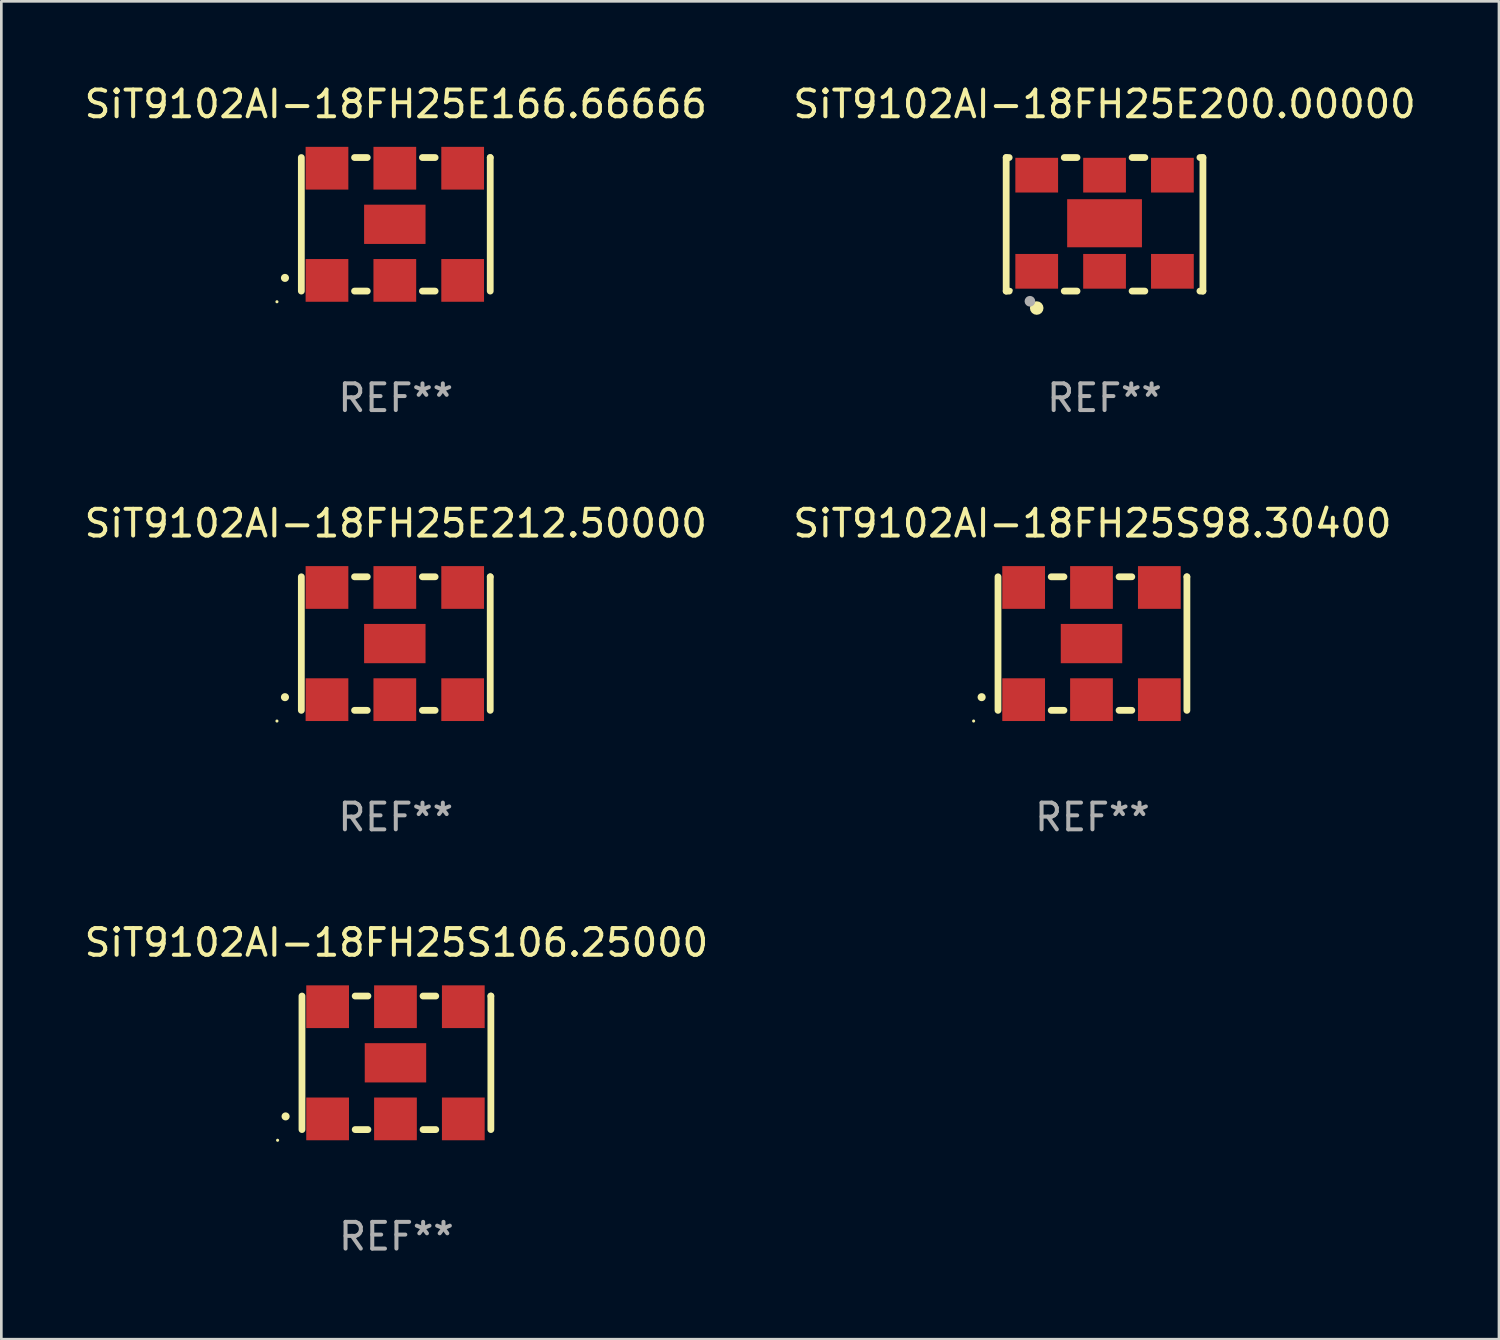
<source format=kicad_pcb>
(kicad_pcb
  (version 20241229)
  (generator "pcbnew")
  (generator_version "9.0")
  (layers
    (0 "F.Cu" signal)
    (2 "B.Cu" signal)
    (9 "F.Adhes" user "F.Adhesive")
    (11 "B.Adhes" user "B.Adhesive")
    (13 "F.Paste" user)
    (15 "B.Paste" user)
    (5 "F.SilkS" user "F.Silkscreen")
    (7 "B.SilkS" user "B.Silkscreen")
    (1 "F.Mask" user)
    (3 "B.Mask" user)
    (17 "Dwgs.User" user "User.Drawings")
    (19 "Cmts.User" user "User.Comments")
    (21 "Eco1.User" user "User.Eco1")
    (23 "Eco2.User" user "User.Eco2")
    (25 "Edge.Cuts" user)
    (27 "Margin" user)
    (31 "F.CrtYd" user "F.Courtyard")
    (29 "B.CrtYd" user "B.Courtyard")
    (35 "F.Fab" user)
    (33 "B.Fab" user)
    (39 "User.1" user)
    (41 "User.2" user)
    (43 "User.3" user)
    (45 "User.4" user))
  (footprint "SiT9102AI-18FH25S98.30400"
    (layer "F.Cu")
    (at 37.851 21.045)
    (property "Reference" "SiT9102AI-18FH25S98.30400" (at 0 -4.5 0) (layer "F.SilkS") (effects (font (size 1 1) (thickness 0.15))))
    (attr through_hole)
    (fp_line (start -3.536 -2.5) (end -3.536 2.5) (stroke (width 0.254) (type solid)) (layer "F.SilkS"))
    (fp_line (start -1.544 2.5) (end -1.067 2.5) (stroke (width 0.254) (type solid)) (layer "F.SilkS"))
    (fp_line (start -1.067 -2.5) (end -1.544 -2.5) (stroke (width 0.254) (type solid)) (layer "F.SilkS"))
    (fp_line (start 0.996 2.5) (end 1.473 2.5) (stroke (width 0.254) (type solid)) (layer "F.SilkS"))
    (fp_line (start 1.473 -2.5) (end 0.996 -2.5) (stroke (width 0.254) (type solid)) (layer "F.SilkS"))
    (fp_line (start 3.536 -2.5) (end 3.536 -2.5) (stroke (width 0.254) (type solid)) (layer "F.SilkS"))
    (fp_line (start 3.536 2.5) (end 3.536 -2.5) (stroke (width 0.254) (type solid)) (layer "F.SilkS"))
    (fp_arc (start -4.150432 2.006604) (mid -4.149162 2.006599) (end -4.147892 2.006604) (stroke (width 0.3) (type solid)) (layer "F.SilkS"))
    (fp_circle (center -4.449 2.9) (end -4.419 2.9) (stroke (width 0.06) (type solid)) (fill no) (layer "F.SilkS"))
    (fp_text user "REF**" (at 0 6.5 0) (layer "F.Fab") (effects (font (size 1 1) (thickness 0.15))))
    (pad "1" smd rect (at -2.576 2.1) (size 1.6 1.6) (layers "F.Cu" "F.Mask" "F.Paste"))
    (pad "2" smd rect (at -0.036 2.1) (size 1.6 1.6) (layers "F.Cu" "F.Mask" "F.Paste"))
    (pad "3" smd rect (at 2.504 2.1) (size 1.6 1.6) (layers "F.Cu" "F.Mask" "F.Paste"))
    (pad "4" smd rect (at 2.504 -2.1) (size 1.6 1.6) (layers "F.Cu" "F.Mask" "F.Paste"))
    (pad "5" smd rect (at -0.036 -2.1) (size 1.6 1.6) (layers "F.Cu" "F.Mask" "F.Paste"))
    (pad "6" smd rect (at -2.576 -2.1) (size 1.6 1.6) (layers "F.Cu" "F.Mask" "F.Paste"))
    (pad "7" smd rect (at -0.036 0) (size 2.3 1.47) (layers "F.Cu" "F.Mask" "F.Paste")))
  (footprint "SiT9102AI-18FH25S106.25000"
    (layer "F.Cu")
    (at 11.792 36.741)
    (property "Reference" "SiT9102AI-18FH25S106.25000" (at 0 -4.5 0) (layer "F.SilkS") (effects (font (size 1 1) (thickness 0.15))))
    (attr through_hole)
    (fp_line (start -3.536 -2.5) (end -3.536 2.5) (stroke (width 0.254) (type solid)) (layer "F.SilkS"))
    (fp_line (start -1.544 2.5) (end -1.067 2.5) (stroke (width 0.254) (type solid)) (layer "F.SilkS"))
    (fp_line (start -1.067 -2.5) (end -1.544 -2.5) (stroke (width 0.254) (type solid)) (layer "F.SilkS"))
    (fp_line (start 0.996 2.5) (end 1.473 2.5) (stroke (width 0.254) (type solid)) (layer "F.SilkS"))
    (fp_line (start 1.473 -2.5) (end 0.996 -2.5) (stroke (width 0.254) (type solid)) (layer "F.SilkS"))
    (fp_line (start 3.536 -2.5) (end 3.536 -2.5) (stroke (width 0.254) (type solid)) (layer "F.SilkS"))
    (fp_line (start 3.536 2.5) (end 3.536 -2.5) (stroke (width 0.254) (type solid)) (layer "F.SilkS"))
    (fp_arc (start -4.150432 2.006604) (mid -4.149162 2.006599) (end -4.147892 2.006604) (stroke (width 0.3) (type solid)) (layer "F.SilkS"))
    (fp_circle (center -4.449 2.9) (end -4.419 2.9) (stroke (width 0.06) (type solid)) (fill no) (layer "F.SilkS"))
    (fp_text user "REF**" (at 0 6.5 0) (layer "F.Fab") (effects (font (size 1 1) (thickness 0.15))))
    (pad "1" smd rect (at -2.576 2.1) (size 1.6 1.6) (layers "F.Cu" "F.Mask" "F.Paste"))
    (pad "2" smd rect (at -0.036 2.1) (size 1.6 1.6) (layers "F.Cu" "F.Mask" "F.Paste"))
    (pad "3" smd rect (at 2.504 2.1) (size 1.6 1.6) (layers "F.Cu" "F.Mask" "F.Paste"))
    (pad "4" smd rect (at 2.504 -2.1) (size 1.6 1.6) (layers "F.Cu" "F.Mask" "F.Paste"))
    (pad "5" smd rect (at -0.036 -2.1) (size 1.6 1.6) (layers "F.Cu" "F.Mask" "F.Paste"))
    (pad "6" smd rect (at -2.576 -2.1) (size 1.6 1.6) (layers "F.Cu" "F.Mask" "F.Paste"))
    (pad "7" smd rect (at -0.036 0) (size 2.3 1.47) (layers "F.Cu" "F.Mask" "F.Paste")))
  (footprint "SiT9102AI-18FH25E212.50000"
    (layer "F.Cu")
    (at 11.768 21.045)
    (property "Reference" "SiT9102AI-18FH25E212.50000" (at 0 -4.5 0) (layer "F.SilkS") (effects (font (size 1 1) (thickness 0.15))))
    (attr through_hole)
    (fp_line (start -3.536 -2.5) (end -3.536 2.5) (stroke (width 0.254) (type solid)) (layer "F.SilkS"))
    (fp_line (start -1.544 2.5) (end -1.067 2.5) (stroke (width 0.254) (type solid)) (layer "F.SilkS"))
    (fp_line (start -1.067 -2.5) (end -1.544 -2.5) (stroke (width 0.254) (type solid)) (layer "F.SilkS"))
    (fp_line (start 0.996 2.5) (end 1.473 2.5) (stroke (width 0.254) (type solid)) (layer "F.SilkS"))
    (fp_line (start 1.473 -2.5) (end 0.996 -2.5) (stroke (width 0.254) (type solid)) (layer "F.SilkS"))
    (fp_line (start 3.536 -2.5) (end 3.536 -2.5) (stroke (width 0.254) (type solid)) (layer "F.SilkS"))
    (fp_line (start 3.536 2.5) (end 3.536 -2.5) (stroke (width 0.254) (type solid)) (layer "F.SilkS"))
    (fp_arc (start -4.150432 2.006604) (mid -4.149162 2.006599) (end -4.147892 2.006604) (stroke (width 0.3) (type solid)) (layer "F.SilkS"))
    (fp_circle (center -4.449 2.9) (end -4.419 2.9) (stroke (width 0.06) (type solid)) (fill no) (layer "F.SilkS"))
    (fp_text user "REF**" (at 0 6.5 0) (layer "F.Fab") (effects (font (size 1 1) (thickness 0.15))))
    (pad "1" smd rect (at -2.576 2.1) (size 1.6 1.6) (layers "F.Cu" "F.Mask" "F.Paste"))
    (pad "2" smd rect (at -0.036 2.1) (size 1.6 1.6) (layers "F.Cu" "F.Mask" "F.Paste"))
    (pad "3" smd rect (at 2.504 2.1) (size 1.6 1.6) (layers "F.Cu" "F.Mask" "F.Paste"))
    (pad "4" smd rect (at 2.504 -2.1) (size 1.6 1.6) (layers "F.Cu" "F.Mask" "F.Paste"))
    (pad "5" smd rect (at -0.036 -2.1) (size 1.6 1.6) (layers "F.Cu" "F.Mask" "F.Paste"))
    (pad "6" smd rect (at -2.576 -2.1) (size 1.6 1.6) (layers "F.Cu" "F.Mask" "F.Paste"))
    (pad "7" smd rect (at -0.036 0) (size 2.3 1.47) (layers "F.Cu" "F.Mask" "F.Paste")))
  (footprint "SiT9102AI-18FH25E166.66666"
    (layer "F.Cu")
    (at 11.768 5.348)
    (property "Reference" "SiT9102AI-18FH25E166.66666" (at 0 -4.5 0) (layer "F.SilkS") (effects (font (size 1 1) (thickness 0.15))))
    (attr through_hole)
    (fp_line (start -3.536 -2.5) (end -3.536 2.5) (stroke (width 0.254) (type solid)) (layer "F.SilkS"))
    (fp_line (start -1.544 2.5) (end -1.067 2.5) (stroke (width 0.254) (type solid)) (layer "F.SilkS"))
    (fp_line (start -1.067 -2.5) (end -1.544 -2.5) (stroke (width 0.254) (type solid)) (layer "F.SilkS"))
    (fp_line (start 0.996 2.5) (end 1.473 2.5) (stroke (width 0.254) (type solid)) (layer "F.SilkS"))
    (fp_line (start 1.473 -2.5) (end 0.996 -2.5) (stroke (width 0.254) (type solid)) (layer "F.SilkS"))
    (fp_line (start 3.536 -2.5) (end 3.536 -2.5) (stroke (width 0.254) (type solid)) (layer "F.SilkS"))
    (fp_line (start 3.536 2.5) (end 3.536 -2.5) (stroke (width 0.254) (type solid)) (layer "F.SilkS"))
    (fp_arc (start -4.150432 2.006604) (mid -4.149162 2.006599) (end -4.147892 2.006604) (stroke (width 0.3) (type solid)) (layer "F.SilkS"))
    (fp_circle (center -4.449 2.9) (end -4.419 2.9) (stroke (width 0.06) (type solid)) (fill no) (layer "F.SilkS"))
    (fp_text user "REF**" (at 0 6.5 0) (layer "F.Fab") (effects (font (size 1 1) (thickness 0.15))))
    (pad "1" smd rect (at -2.576 2.1) (size 1.6 1.6) (layers "F.Cu" "F.Mask" "F.Paste"))
    (pad "2" smd rect (at -0.036 2.1) (size 1.6 1.6) (layers "F.Cu" "F.Mask" "F.Paste"))
    (pad "3" smd rect (at 2.504 2.1) (size 1.6 1.6) (layers "F.Cu" "F.Mask" "F.Paste"))
    (pad "4" smd rect (at 2.504 -2.1) (size 1.6 1.6) (layers "F.Cu" "F.Mask" "F.Paste"))
    (pad "5" smd rect (at -0.036 -2.1) (size 1.6 1.6) (layers "F.Cu" "F.Mask" "F.Paste"))
    (pad "6" smd rect (at -2.576 -2.1) (size 1.6 1.6) (layers "F.Cu" "F.Mask" "F.Paste"))
    (pad "7" smd rect (at -0.036 0) (size 2.3 1.47) (layers "F.Cu" "F.Mask" "F.Paste")))
  (footprint "SiT9102AI-18FH25E200.00000"
    (layer "F.Cu")
    (at 38.304 5.348)
    (property "Reference" "SiT9102AI-18FH25E200.00000" (at 0 -4.5 0) (layer "F.SilkS") (effects (font (size 1 1) (thickness 0.15))))
    (attr through_hole)
    (fp_line (start -3.683 -2.5) (end -3.571 -2.5) (stroke (width 0.254) (type solid)) (layer "F.SilkS"))
    (fp_line (start -3.683 2.5) (end -3.683 -2.5) (stroke (width 0.254) (type solid)) (layer "F.SilkS"))
    (fp_line (start -3.683 2.5) (end -3.571 2.5) (stroke (width 0.254) (type solid)) (layer "F.SilkS"))
    (fp_line (start -1.509 -2.5) (end -1.031 -2.5) (stroke (width 0.254) (type solid)) (layer "F.SilkS"))
    (fp_line (start -1.509 2.5) (end -1.031 2.5) (stroke (width 0.254) (type solid)) (layer "F.SilkS"))
    (fp_line (start 1.031 -2.5) (end 1.509 -2.5) (stroke (width 0.254) (type solid)) (layer "F.SilkS"))
    (fp_line (start 1.031 2.5) (end 1.509 2.5) (stroke (width 0.254) (type solid)) (layer "F.SilkS"))
    (fp_line (start 3.571 -2.5) (end 3.683 -2.5) (stroke (width 0.254) (type solid)) (layer "F.SilkS"))
    (fp_line (start 3.571 2.5) (end 3.683 2.5) (stroke (width 0.254) (type solid)) (layer "F.SilkS"))
    (fp_line (start 3.683 2.5) (end 3.683 -2.5) (stroke (width 0.254) (type solid)) (layer "F.SilkS"))
    (fp_circle (center -3.5 2.46) (end -3.47 2.46) (stroke (width 0.06) (type solid)) (fill no) (layer "F.SilkS"))
    (fp_circle (center -2.54 3.135) (end -2.413 3.135) (stroke (width 0.254) (type solid)) (fill no) (layer "F.SilkS"))
    (fp_circle (center -2.794 2.881) (end -2.694 2.881) (stroke (width 0.2) (type solid)) (fill no) (layer "F.Fab"))
    (fp_text user "REF**" (at 0 6.5 0) (layer "F.Fab") (effects (font (size 1 1) (thickness 0.15))))
    (pad "1" smd rect (at -2.54 1.76) (size 1.6 1.3) (layers "F.Cu" "F.Mask" "F.Paste"))
    (pad "2" smd rect (at 0 1.76) (size 1.6 1.3) (layers "F.Cu" "F.Mask" "F.Paste"))
    (pad "3" smd rect (at 2.54 1.76) (size 1.6 1.3) (layers "F.Cu" "F.Mask" "F.Paste"))
    (pad "4" smd rect (at 2.54 -1.84) (size 1.6 1.3) (layers "F.Cu" "F.Mask" "F.Paste"))
    (pad "5" smd rect (at 0 -1.84) (size 1.6 1.3) (layers "F.Cu" "F.Mask" "F.Paste"))
    (pad "6" smd rect (at -2.54 -1.84) (size 1.6 1.3) (layers "F.Cu" "F.Mask" "F.Paste"))
    (pad "7" smd rect (at 0 -0.04) (size 2.8 1.8) (layers "F.Cu" "F.Mask" "F.Paste")))
  (gr_rect
    (start -3 -3)
    (end 53.071 47.09)
    (stroke (width 0.1) (type default))
    (fill no)
    (layer "Edge.Cuts")))
</source>
